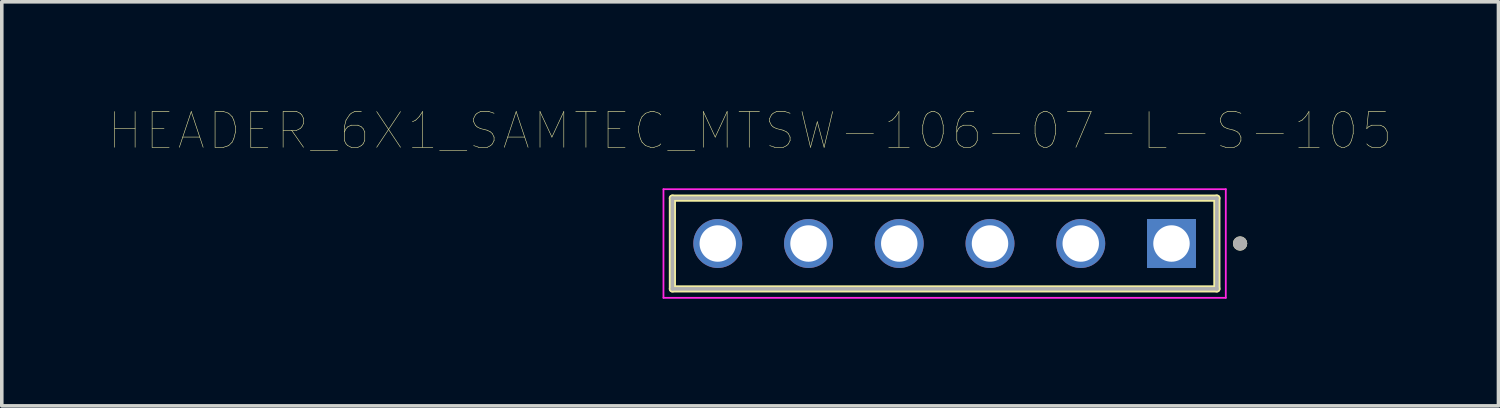
<source format=kicad_pcb>
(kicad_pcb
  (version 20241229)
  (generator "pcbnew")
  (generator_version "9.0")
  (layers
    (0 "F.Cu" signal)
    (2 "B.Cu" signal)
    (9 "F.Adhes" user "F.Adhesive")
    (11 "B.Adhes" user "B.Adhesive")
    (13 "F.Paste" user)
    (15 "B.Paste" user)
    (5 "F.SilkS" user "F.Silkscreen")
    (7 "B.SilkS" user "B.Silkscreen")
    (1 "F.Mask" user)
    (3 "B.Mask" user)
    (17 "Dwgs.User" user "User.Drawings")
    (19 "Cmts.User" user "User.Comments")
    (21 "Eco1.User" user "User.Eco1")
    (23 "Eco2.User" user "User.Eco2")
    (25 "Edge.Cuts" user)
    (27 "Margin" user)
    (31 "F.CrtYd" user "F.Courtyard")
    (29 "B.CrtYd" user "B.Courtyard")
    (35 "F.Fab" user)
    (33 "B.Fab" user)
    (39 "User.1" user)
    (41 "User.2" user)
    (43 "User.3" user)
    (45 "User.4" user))
  (footprint "HEADER_6X1_SAMTEC_MTSW-106-07-L-S-105"
    (layer "F.Cu")
    (at 29.741 3.766)
    (property "Reference" "HEADER_6X1_SAMTEC_MTSW-106-07-L-S-105" (at -11.795 -3.155 0) (layer "F.SilkS") (effects (font (size 1 1) (thickness 0.015))))
    (attr through_hole)
    (fp_line (start -13.97 1.27) (end -13.97 -1.27) (stroke (width 0.2) (type solid)) (layer "F.SilkS"))
    (fp_line (start 1.27 -1.27) (end -13.97 -1.27) (stroke (width 0.2) (type solid)) (layer "F.SilkS"))
    (fp_line (start 1.27 -1.27) (end 1.27 1.27) (stroke (width 0.2) (type solid)) (layer "F.SilkS"))
    (fp_line (start 1.27 1.27) (end -13.97 1.27) (stroke (width 0.2) (type solid)) (layer "F.SilkS"))
    (fp_circle (center 1.92 0) (end 2.02 0) (stroke (width 0.2) (type solid)) (fill no) (layer "F.SilkS"))
    (fp_line (start -14.22 -1.52) (end 1.52 -1.52) (stroke (width 0.05) (type solid)) (layer "F.CrtYd"))
    (fp_line (start -14.22 1.52) (end -14.22 -1.52) (stroke (width 0.05) (type solid)) (layer "F.CrtYd"))
    (fp_line (start 1.52 -1.52) (end 1.52 1.52) (stroke (width 0.05) (type solid)) (layer "F.CrtYd"))
    (fp_line (start 1.52 1.52) (end -14.22 1.52) (stroke (width 0.05) (type solid)) (layer "F.CrtYd"))
    (fp_line (start -13.97 -1.27) (end 1.27 -1.27) (stroke (width 0.1) (type solid)) (layer "F.Fab"))
    (fp_line (start -13.97 1.27) (end -13.97 -1.27) (stroke (width 0.1) (type solid)) (layer "F.Fab"))
    (fp_line (start 1.27 -1.27) (end 1.27 1.27) (stroke (width 0.1) (type solid)) (layer "F.Fab"))
    (fp_line (start 1.27 1.27) (end -13.97 1.27) (stroke (width 0.1) (type solid)) (layer "F.Fab"))
    (fp_circle (center 1.92 0) (end 2.02 0) (stroke (width 0.2) (type solid)) (fill no) (layer "F.Fab"))
    (pad "01" thru_hole rect (at 0 0) (size 1.37 1.37) (drill 1.02) (layers "*.Cu" "*.Mask"))
    (pad "02" thru_hole circle (at -2.54 0) (size 1.37 1.37) (drill 1.02) (layers "*.Cu" "*.Mask"))
    (pad "03" thru_hole circle (at -5.08 0) (size 1.37 1.37) (drill 1.02) (layers "*.Cu" "*.Mask"))
    (pad "04" thru_hole circle (at -7.62 0) (size 1.37 1.37) (drill 1.02) (layers "*.Cu" "*.Mask"))
    (pad "05" thru_hole circle (at -10.16 0) (size 1.37 1.37) (drill 1.02) (layers "*.Cu" "*.Mask"))
    (pad "06" thru_hole circle (at -12.7 0) (size 1.37 1.37) (drill 1.02) (layers "*.Cu" "*.Mask")))
  (gr_rect
    (start -3 -3)
    (end 38.893 8.311)
    (stroke (width 0.1) (type default))
    (fill no)
    (layer "Edge.Cuts")))
</source>
